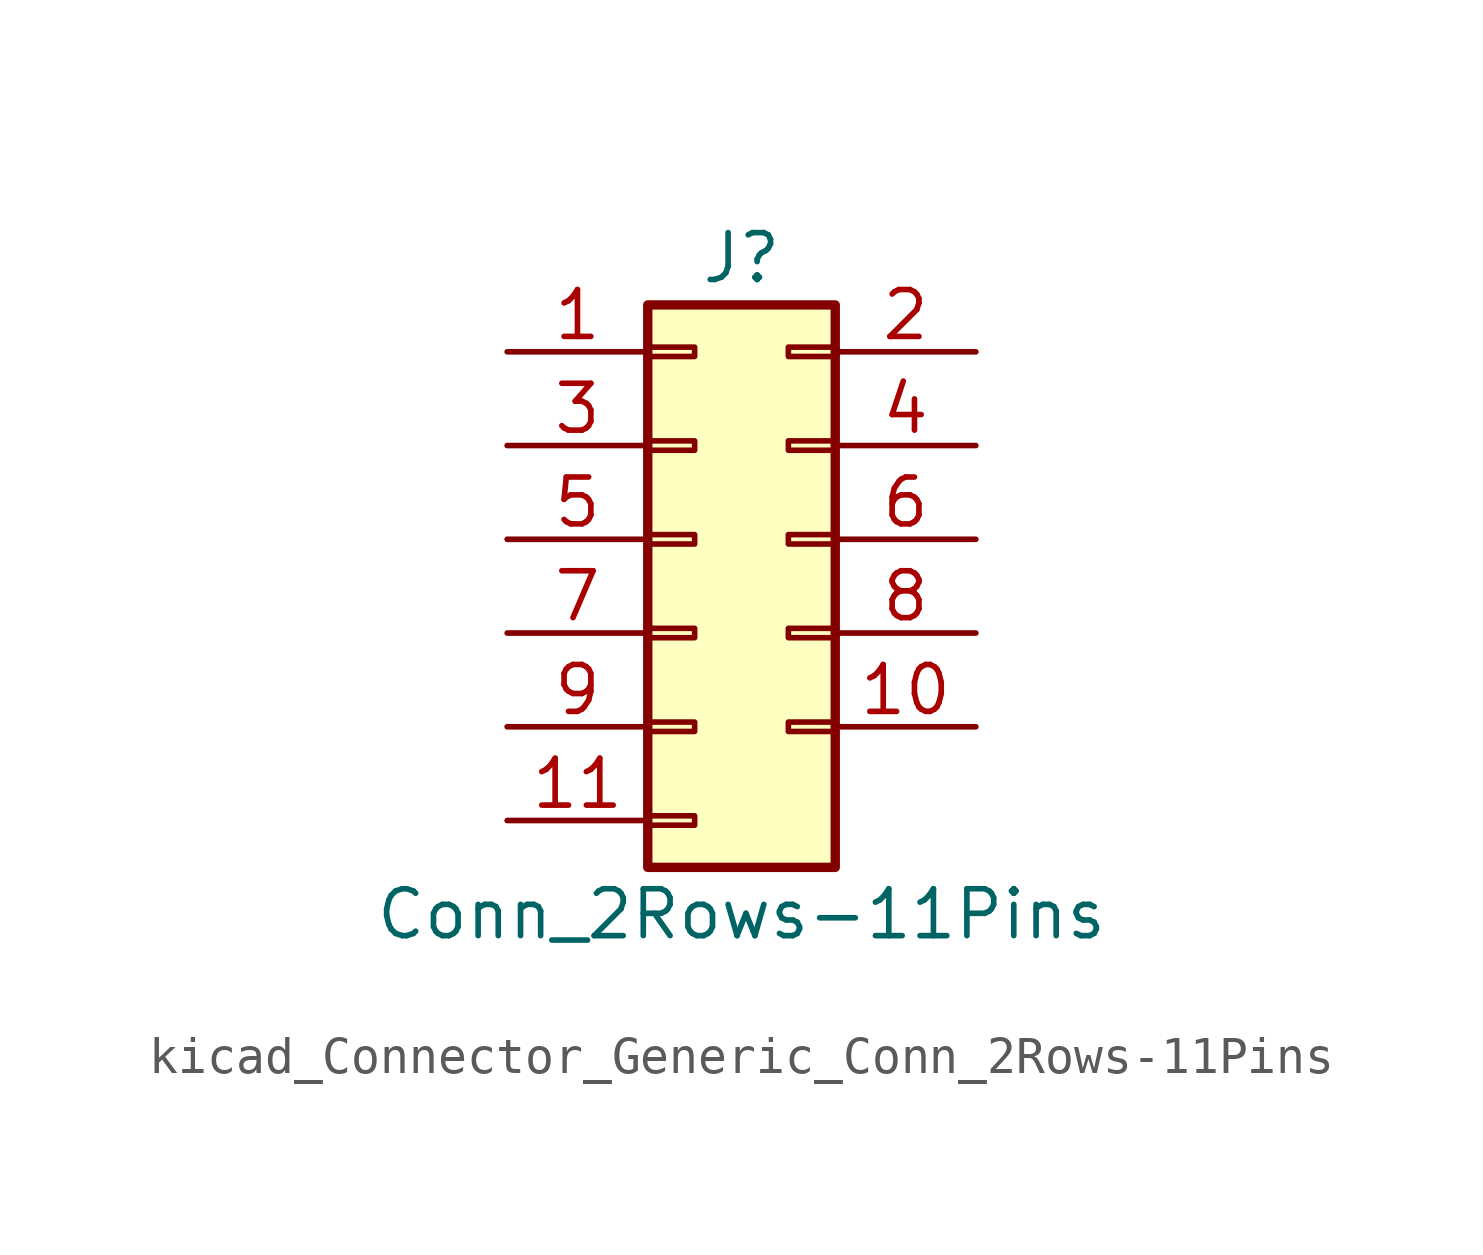
<source format=kicad_sym>
(kicad_symbol_lib
  (version 20220914)
  (generator kicad_symbol_editor)
  (symbol "kicad_Connector_Generic_Conn_2Rows-11Pins"
    (pin_names
      (offset 1.016) hide)
    (property "Reference" "J"
      (at 1.27 7.62 0)
      (effects (font (size 1.27 1.27))))
    (property "Value" "Conn_2Rows-11Pins"
      (at 1.27 -10.16 0)
      (effects (font (size 1.27 1.27))))
    (symbol "kicad_Connector_Generic_Conn_2Rows-11Pins_1_1"
      (rectangle (start -1.27 -7.493) (end 0 -7.747) (stroke (width 0.152) (type default)) (fill (type none)))
      (rectangle (start -1.27 -4.953) (end 0 -5.207) (stroke (width 0.152) (type default)) (fill (type none)))
      (rectangle (start -1.27 -2.413) (end 0 -2.667) (stroke (width 0.152) (type default)) (fill (type none)))
      (rectangle (start -1.27 0.127) (end 0 -0.127) (stroke (width 0.152) (type default)) (fill (type none)))
      (rectangle (start -1.27 2.667) (end 0 2.413) (stroke (width 0.152) (type default)) (fill (type none)))
      (rectangle (start -1.27 5.207) (end 0 4.953) (stroke (width 0.152) (type default)) (fill (type none)))
      (rectangle (start -1.27 6.35) (end 3.81 -8.89) (stroke (width 0.254) (type default)) (fill (type background)))
      (rectangle (start 3.81 -4.953) (end 2.54 -5.207) (stroke (width 0.152) (type default)) (fill (type none)))
      (rectangle (start 3.81 -2.413) (end 2.54 -2.667) (stroke (width 0.152) (type default)) (fill (type none)))
      (rectangle (start 3.81 0.127) (end 2.54 -0.127) (stroke (width 0.152) (type default)) (fill (type none)))
      (rectangle (start 3.81 2.667) (end 2.54 2.413) (stroke (width 0.152) (type default)) (fill (type none)))
      (rectangle (start 3.81 5.207) (end 2.54 4.953) (stroke (width 0.152) (type default)) (fill (type none)))
      (pin passive line (at -5.08 5.08 0) (length 3.81) (name "Pin_1" (effects (font (size 1.27 1.27)))) (number "1" (effects (font (size 1.27 1.27)))))
      (pin passive line (at 7.62 -5.08 180) (length 3.81) (name "Pin_10" (effects (font (size 1.27 1.27)))) (number "10" (effects (font (size 1.27 1.27)))))
      (pin passive line (at -5.08 -7.62 0) (length 3.81) (name "Pin_11" (effects (font (size 1.27 1.27)))) (number "11" (effects (font (size 1.27 1.27)))))
      (pin passive line (at 7.62 5.08 180) (length 3.81) (name "Pin_2" (effects (font (size 1.27 1.27)))) (number "2" (effects (font (size 1.27 1.27)))))
      (pin passive line (at -5.08 2.54 0) (length 3.81) (name "Pin_3" (effects (font (size 1.27 1.27)))) (number "3" (effects (font (size 1.27 1.27)))))
      (pin passive line (at 7.62 2.54 180) (length 3.81) (name "Pin_4" (effects (font (size 1.27 1.27)))) (number "4" (effects (font (size 1.27 1.27)))))
      (pin passive line (at -5.08 0 0) (length 3.81) (name "Pin_5" (effects (font (size 1.27 1.27)))) (number "5" (effects (font (size 1.27 1.27)))))
      (pin passive line (at 7.62 0 180) (length 3.81) (name "Pin_6" (effects (font (size 1.27 1.27)))) (number "6" (effects (font (size 1.27 1.27)))))
      (pin passive line (at -5.08 -2.54 0) (length 3.81) (name "Pin_7" (effects (font (size 1.27 1.27)))) (number "7" (effects (font (size 1.27 1.27)))))
      (pin passive line (at 7.62 -2.54 180) (length 3.81) (name "Pin_8" (effects (font (size 1.27 1.27)))) (number "8" (effects (font (size 1.27 1.27)))))
      (pin passive line (at -5.08 -5.08 0) (length 3.81) (name "Pin_9" (effects (font (size 1.27 1.27)))) (number "9" (effects (font (size 1.27 1.27))))))))
</source>
